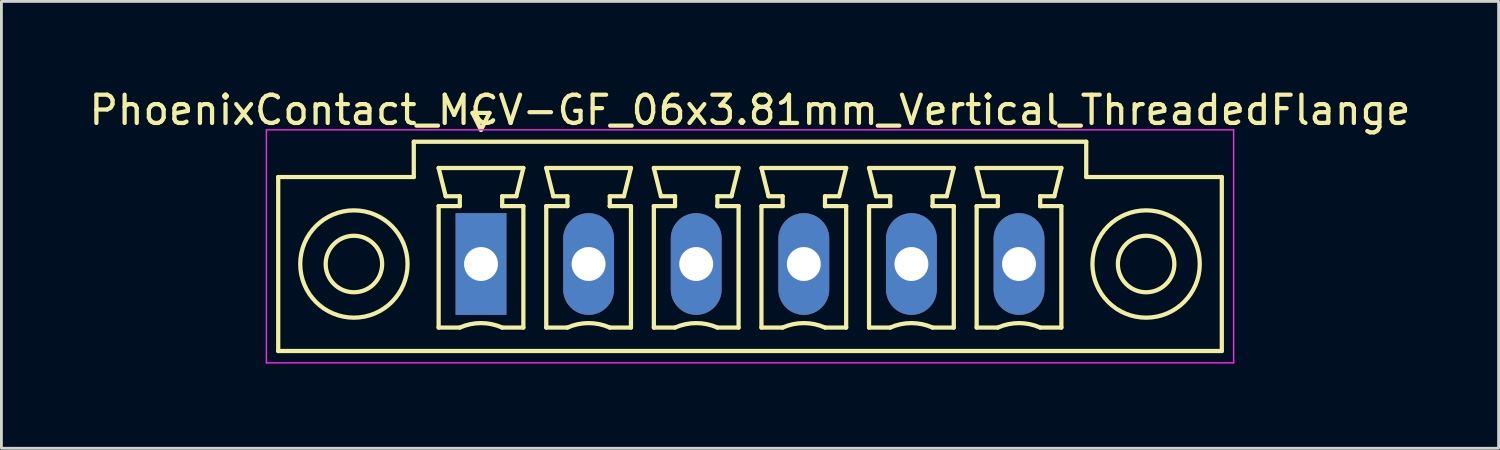
<source format=kicad_pcb>
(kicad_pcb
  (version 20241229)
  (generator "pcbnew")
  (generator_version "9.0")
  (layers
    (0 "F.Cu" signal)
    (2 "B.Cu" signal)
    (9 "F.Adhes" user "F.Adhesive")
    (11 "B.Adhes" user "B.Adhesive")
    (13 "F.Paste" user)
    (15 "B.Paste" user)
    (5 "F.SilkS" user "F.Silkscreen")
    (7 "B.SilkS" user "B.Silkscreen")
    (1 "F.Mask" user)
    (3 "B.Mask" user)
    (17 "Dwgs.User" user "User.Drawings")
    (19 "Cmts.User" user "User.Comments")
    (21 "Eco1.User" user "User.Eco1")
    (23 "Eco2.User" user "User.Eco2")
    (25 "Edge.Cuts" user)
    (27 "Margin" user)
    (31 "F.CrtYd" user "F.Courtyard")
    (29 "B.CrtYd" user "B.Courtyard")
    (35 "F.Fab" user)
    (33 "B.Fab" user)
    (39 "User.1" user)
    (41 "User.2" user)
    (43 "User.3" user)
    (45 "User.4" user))
  (footprint "PhoenixContact_MCV-GF_06x3.81mm_Vertical_ThreadedFlange"
    (layer "F.Cu")
    (at 13.981 6.298)
    (property "Reference" "PhoenixContact_MCV-GF_06x3.81mm_Vertical_ThreadedFlange" (at 9.525 -5.45 0) (layer "F.SilkS") (effects (font (size 1 1) (thickness 0.15))))
    (attr through_hole)
    (fp_line (start -7.18 -3.08) (end -7.18 3.08) (stroke (width 0.15) (type solid)) (layer "F.SilkS"))
    (fp_line (start -7.18 3.08) (end 26.23 3.08) (stroke (width 0.15) (type solid)) (layer "F.SilkS"))
    (fp_line (start -2.38 -4.33) (end -2.38 -3.08) (stroke (width 0.15) (type solid)) (layer "F.SilkS"))
    (fp_line (start -2.38 -3.08) (end -7.18 -3.08) (stroke (width 0.15) (type solid)) (layer "F.SilkS"))
    (fp_line (start -1.5 -3.4) (end 1.5 -3.4) (stroke (width 0.15) (type solid)) (layer "F.SilkS"))
    (fp_line (start -1.5 -2.05) (end -0.75 -2.05) (stroke (width 0.15) (type solid)) (layer "F.SilkS"))
    (fp_line (start -1.5 2.25) (end -1.5 -2.05) (stroke (width 0.15) (type solid)) (layer "F.SilkS"))
    (fp_line (start -1.25 -2.4) (end -1.5 -3.4) (stroke (width 0.15) (type solid)) (layer "F.SilkS"))
    (fp_line (start -0.75 -2.4) (end -1.25 -2.4) (stroke (width 0.15) (type solid)) (layer "F.SilkS"))
    (fp_line (start -0.75 -2.05) (end -0.75 -2.4) (stroke (width 0.15) (type solid)) (layer "F.SilkS"))
    (fp_line (start -0.75 2.25) (end -1.5 2.25) (stroke (width 0.15) (type solid)) (layer "F.SilkS"))
    (fp_line (start -0.3 -5.35) (end 0 -4.75) (stroke (width 0.15) (type solid)) (layer "F.SilkS"))
    (fp_line (start 0 -4.75) (end 0.3 -5.35) (stroke (width 0.15) (type solid)) (layer "F.SilkS"))
    (fp_line (start 0.3 -5.35) (end -0.3 -5.35) (stroke (width 0.15) (type solid)) (layer "F.SilkS"))
    (fp_line (start 0.75 -2.4) (end 0.75 -2.05) (stroke (width 0.15) (type solid)) (layer "F.SilkS"))
    (fp_line (start 0.75 -2.05) (end 0.75 -2.05) (stroke (width 0.15) (type solid)) (layer "F.SilkS"))
    (fp_line (start 0.75 -2.05) (end 1.5 -2.05) (stroke (width 0.15) (type solid)) (layer "F.SilkS"))
    (fp_line (start 1.25 -2.4) (end 0.75 -2.4) (stroke (width 0.15) (type solid)) (layer "F.SilkS"))
    (fp_line (start 1.5 -3.4) (end 1.25 -2.4) (stroke (width 0.15) (type solid)) (layer "F.SilkS"))
    (fp_line (start 1.5 -2.05) (end 1.5 2.25) (stroke (width 0.15) (type solid)) (layer "F.SilkS"))
    (fp_line (start 1.5 2.25) (end 0.75 2.25) (stroke (width 0.15) (type solid)) (layer "F.SilkS"))
    (fp_line (start 2.31 -3.4) (end 5.31 -3.4) (stroke (width 0.15) (type solid)) (layer "F.SilkS"))
    (fp_line (start 2.31 -2.05) (end 3.06 -2.05) (stroke (width 0.15) (type solid)) (layer "F.SilkS"))
    (fp_line (start 2.31 2.25) (end 2.31 -2.05) (stroke (width 0.15) (type solid)) (layer "F.SilkS"))
    (fp_line (start 2.56 -2.4) (end 2.31 -3.4) (stroke (width 0.15) (type solid)) (layer "F.SilkS"))
    (fp_line (start 3.06 -2.4) (end 2.56 -2.4) (stroke (width 0.15) (type solid)) (layer "F.SilkS"))
    (fp_line (start 3.06 -2.05) (end 3.06 -2.4) (stroke (width 0.15) (type solid)) (layer "F.SilkS"))
    (fp_line (start 3.06 2.25) (end 2.31 2.25) (stroke (width 0.15) (type solid)) (layer "F.SilkS"))
    (fp_line (start 4.56 -2.4) (end 4.56 -2.05) (stroke (width 0.15) (type solid)) (layer "F.SilkS"))
    (fp_line (start 4.56 -2.05) (end 4.56 -2.05) (stroke (width 0.15) (type solid)) (layer "F.SilkS"))
    (fp_line (start 4.56 -2.05) (end 5.31 -2.05) (stroke (width 0.15) (type solid)) (layer "F.SilkS"))
    (fp_line (start 5.06 -2.4) (end 4.56 -2.4) (stroke (width 0.15) (type solid)) (layer "F.SilkS"))
    (fp_line (start 5.31 -3.4) (end 5.06 -2.4) (stroke (width 0.15) (type solid)) (layer "F.SilkS"))
    (fp_line (start 5.31 -2.05) (end 5.31 2.25) (stroke (width 0.15) (type solid)) (layer "F.SilkS"))
    (fp_line (start 5.31 2.25) (end 4.56 2.25) (stroke (width 0.15) (type solid)) (layer "F.SilkS"))
    (fp_line (start 6.12 -3.4) (end 9.12 -3.4) (stroke (width 0.15) (type solid)) (layer "F.SilkS"))
    (fp_line (start 6.12 -2.05) (end 6.87 -2.05) (stroke (width 0.15) (type solid)) (layer "F.SilkS"))
    (fp_line (start 6.12 2.25) (end 6.12 -2.05) (stroke (width 0.15) (type solid)) (layer "F.SilkS"))
    (fp_line (start 6.37 -2.4) (end 6.12 -3.4) (stroke (width 0.15) (type solid)) (layer "F.SilkS"))
    (fp_line (start 6.87 -2.4) (end 6.37 -2.4) (stroke (width 0.15) (type solid)) (layer "F.SilkS"))
    (fp_line (start 6.87 -2.05) (end 6.87 -2.4) (stroke (width 0.15) (type solid)) (layer "F.SilkS"))
    (fp_line (start 6.87 2.25) (end 6.12 2.25) (stroke (width 0.15) (type solid)) (layer "F.SilkS"))
    (fp_line (start 8.37 -2.4) (end 8.37 -2.05) (stroke (width 0.15) (type solid)) (layer "F.SilkS"))
    (fp_line (start 8.37 -2.05) (end 8.37 -2.05) (stroke (width 0.15) (type solid)) (layer "F.SilkS"))
    (fp_line (start 8.37 -2.05) (end 9.12 -2.05) (stroke (width 0.15) (type solid)) (layer "F.SilkS"))
    (fp_line (start 8.87 -2.4) (end 8.37 -2.4) (stroke (width 0.15) (type solid)) (layer "F.SilkS"))
    (fp_line (start 9.12 -3.4) (end 8.87 -2.4) (stroke (width 0.15) (type solid)) (layer "F.SilkS"))
    (fp_line (start 9.12 -2.05) (end 9.12 2.25) (stroke (width 0.15) (type solid)) (layer "F.SilkS"))
    (fp_line (start 9.12 2.25) (end 8.37 2.25) (stroke (width 0.15) (type solid)) (layer "F.SilkS"))
    (fp_line (start 9.93 -3.4) (end 12.93 -3.4) (stroke (width 0.15) (type solid)) (layer "F.SilkS"))
    (fp_line (start 9.93 -2.05) (end 10.68 -2.05) (stroke (width 0.15) (type solid)) (layer "F.SilkS"))
    (fp_line (start 9.93 2.25) (end 9.93 -2.05) (stroke (width 0.15) (type solid)) (layer "F.SilkS"))
    (fp_line (start 10.18 -2.4) (end 9.93 -3.4) (stroke (width 0.15) (type solid)) (layer "F.SilkS"))
    (fp_line (start 10.68 -2.4) (end 10.18 -2.4) (stroke (width 0.15) (type solid)) (layer "F.SilkS"))
    (fp_line (start 10.68 -2.05) (end 10.68 -2.4) (stroke (width 0.15) (type solid)) (layer "F.SilkS"))
    (fp_line (start 10.68 2.25) (end 9.93 2.25) (stroke (width 0.15) (type solid)) (layer "F.SilkS"))
    (fp_line (start 12.18 -2.4) (end 12.18 -2.05) (stroke (width 0.15) (type solid)) (layer "F.SilkS"))
    (fp_line (start 12.18 -2.05) (end 12.18 -2.05) (stroke (width 0.15) (type solid)) (layer "F.SilkS"))
    (fp_line (start 12.18 -2.05) (end 12.93 -2.05) (stroke (width 0.15) (type solid)) (layer "F.SilkS"))
    (fp_line (start 12.68 -2.4) (end 12.18 -2.4) (stroke (width 0.15) (type solid)) (layer "F.SilkS"))
    (fp_line (start 12.93 -3.4) (end 12.68 -2.4) (stroke (width 0.15) (type solid)) (layer "F.SilkS"))
    (fp_line (start 12.93 -2.05) (end 12.93 2.25) (stroke (width 0.15) (type solid)) (layer "F.SilkS"))
    (fp_line (start 12.93 2.25) (end 12.18 2.25) (stroke (width 0.15) (type solid)) (layer "F.SilkS"))
    (fp_line (start 13.74 -3.4) (end 16.74 -3.4) (stroke (width 0.15) (type solid)) (layer "F.SilkS"))
    (fp_line (start 13.74 -2.05) (end 14.49 -2.05) (stroke (width 0.15) (type solid)) (layer "F.SilkS"))
    (fp_line (start 13.74 2.25) (end 13.74 -2.05) (stroke (width 0.15) (type solid)) (layer "F.SilkS"))
    (fp_line (start 13.99 -2.4) (end 13.74 -3.4) (stroke (width 0.15) (type solid)) (layer "F.SilkS"))
    (fp_line (start 14.49 -2.4) (end 13.99 -2.4) (stroke (width 0.15) (type solid)) (layer "F.SilkS"))
    (fp_line (start 14.49 -2.05) (end 14.49 -2.4) (stroke (width 0.15) (type solid)) (layer "F.SilkS"))
    (fp_line (start 14.49 2.25) (end 13.74 2.25) (stroke (width 0.15) (type solid)) (layer "F.SilkS"))
    (fp_line (start 15.99 -2.4) (end 15.99 -2.05) (stroke (width 0.15) (type solid)) (layer "F.SilkS"))
    (fp_line (start 15.99 -2.05) (end 15.99 -2.05) (stroke (width 0.15) (type solid)) (layer "F.SilkS"))
    (fp_line (start 15.99 -2.05) (end 16.74 -2.05) (stroke (width 0.15) (type solid)) (layer "F.SilkS"))
    (fp_line (start 16.49 -2.4) (end 15.99 -2.4) (stroke (width 0.15) (type solid)) (layer "F.SilkS"))
    (fp_line (start 16.74 -3.4) (end 16.49 -2.4) (stroke (width 0.15) (type solid)) (layer "F.SilkS"))
    (fp_line (start 16.74 -2.05) (end 16.74 2.25) (stroke (width 0.15) (type solid)) (layer "F.SilkS"))
    (fp_line (start 16.74 2.25) (end 15.99 2.25) (stroke (width 0.15) (type solid)) (layer "F.SilkS"))
    (fp_line (start 17.55 -3.4) (end 20.55 -3.4) (stroke (width 0.15) (type solid)) (layer "F.SilkS"))
    (fp_line (start 17.55 -2.05) (end 18.3 -2.05) (stroke (width 0.15) (type solid)) (layer "F.SilkS"))
    (fp_line (start 17.55 2.25) (end 17.55 -2.05) (stroke (width 0.15) (type solid)) (layer "F.SilkS"))
    (fp_line (start 17.8 -2.4) (end 17.55 -3.4) (stroke (width 0.15) (type solid)) (layer "F.SilkS"))
    (fp_line (start 18.3 -2.4) (end 17.8 -2.4) (stroke (width 0.15) (type solid)) (layer "F.SilkS"))
    (fp_line (start 18.3 -2.05) (end 18.3 -2.4) (stroke (width 0.15) (type solid)) (layer "F.SilkS"))
    (fp_line (start 18.3 2.25) (end 17.55 2.25) (stroke (width 0.15) (type solid)) (layer "F.SilkS"))
    (fp_line (start 19.8 -2.4) (end 19.8 -2.05) (stroke (width 0.15) (type solid)) (layer "F.SilkS"))
    (fp_line (start 19.8 -2.05) (end 19.8 -2.05) (stroke (width 0.15) (type solid)) (layer "F.SilkS"))
    (fp_line (start 19.8 -2.05) (end 20.55 -2.05) (stroke (width 0.15) (type solid)) (layer "F.SilkS"))
    (fp_line (start 20.3 -2.4) (end 19.8 -2.4) (stroke (width 0.15) (type solid)) (layer "F.SilkS"))
    (fp_line (start 20.55 -3.4) (end 20.3 -2.4) (stroke (width 0.15) (type solid)) (layer "F.SilkS"))
    (fp_line (start 20.55 -2.05) (end 20.55 2.25) (stroke (width 0.15) (type solid)) (layer "F.SilkS"))
    (fp_line (start 20.55 2.25) (end 19.8 2.25) (stroke (width 0.15) (type solid)) (layer "F.SilkS"))
    (fp_line (start 21.43 -4.33) (end -2.38 -4.33) (stroke (width 0.15) (type solid)) (layer "F.SilkS"))
    (fp_line (start 21.43 -3.08) (end 21.43 -4.33) (stroke (width 0.15) (type solid)) (layer "F.SilkS"))
    (fp_line (start 26.23 -3.08) (end 21.43 -3.08) (stroke (width 0.15) (type solid)) (layer "F.SilkS"))
    (fp_line (start 26.23 3.08) (end 26.23 -3.08) (stroke (width 0.15) (type solid)) (layer "F.SilkS"))
    (fp_arc (start -0.75 2.25) (mid -0.000193 2.09191) (end 0.749647 2.249844) (stroke (width 0.15) (type solid)) (layer "F.SilkS"))
    (fp_arc (start 3.06 2.25) (mid 3.809807 2.09191) (end 4.559647 2.249844) (stroke (width 0.15) (type solid)) (layer "F.SilkS"))
    (fp_arc (start 6.87 2.25) (mid 7.619807 2.09191) (end 8.369647 2.249844) (stroke (width 0.15) (type solid)) (layer "F.SilkS"))
    (fp_arc (start 10.68 2.25) (mid 11.429807 2.09191) (end 12.179647 2.249844) (stroke (width 0.15) (type solid)) (layer "F.SilkS"))
    (fp_arc (start 14.49 2.25) (mid 15.239807 2.09191) (end 15.989647 2.249844) (stroke (width 0.15) (type solid)) (layer "F.SilkS"))
    (fp_arc (start 18.3 2.25) (mid 19.049807 2.09191) (end 19.799647 2.249844) (stroke (width 0.15) (type solid)) (layer "F.SilkS"))
    (fp_circle (center -4.5 0) (end -3.5 0) (stroke (width 0.15) (type solid)) (fill no) (layer "F.SilkS"))
    (fp_circle (center -4.5 0) (end -2.6 0) (stroke (width 0.15) (type solid)) (fill no) (layer "F.SilkS"))
    (fp_circle (center 23.55 0) (end 24.55 0) (stroke (width 0.15) (type solid)) (fill no) (layer "F.SilkS"))
    (fp_circle (center 23.55 0) (end 25.45 0) (stroke (width 0.15) (type solid)) (fill no) (layer "F.SilkS"))
    (fp_line (start -7.6 -4.75) (end -7.6 3.5) (stroke (width 0.05) (type solid)) (layer "F.CrtYd"))
    (fp_line (start -7.6 3.5) (end 26.65 3.5) (stroke (width 0.05) (type solid)) (layer "F.CrtYd"))
    (fp_line (start 26.65 -4.75) (end -7.6 -4.75) (stroke (width 0.05) (type solid)) (layer "F.CrtYd"))
    (fp_line (start 26.65 3.5) (end 26.65 -4.75) (stroke (width 0.05) (type solid)) (layer "F.CrtYd"))
    (pad "1" thru_hole rect (at 0 0) (size 1.8 3.6) (drill 1.2) (layers "*.Cu" "*.Mask"))
    (pad "2" thru_hole oval (at 3.81 0) (size 1.8 3.6) (drill 1.2) (layers "*.Cu" "*.Mask"))
    (pad "3" thru_hole oval (at 7.62 0) (size 1.8 3.6) (drill 1.2) (layers "*.Cu" "*.Mask"))
    (pad "4" thru_hole oval (at 11.43 0) (size 1.8 3.6) (drill 1.2) (layers "*.Cu" "*.Mask"))
    (pad "5" thru_hole oval (at 15.24 0) (size 1.8 3.6) (drill 1.2) (layers "*.Cu" "*.Mask"))
    (pad "6" thru_hole oval (at 19.05 0) (size 1.8 3.6) (drill 1.2) (layers "*.Cu" "*.Mask")))
  (gr_rect
    (start -3 -3)
    (end 50.012 12.823)
    (stroke (width 0.1) (type default))
    (fill no)
    (layer "Edge.Cuts")))
</source>
